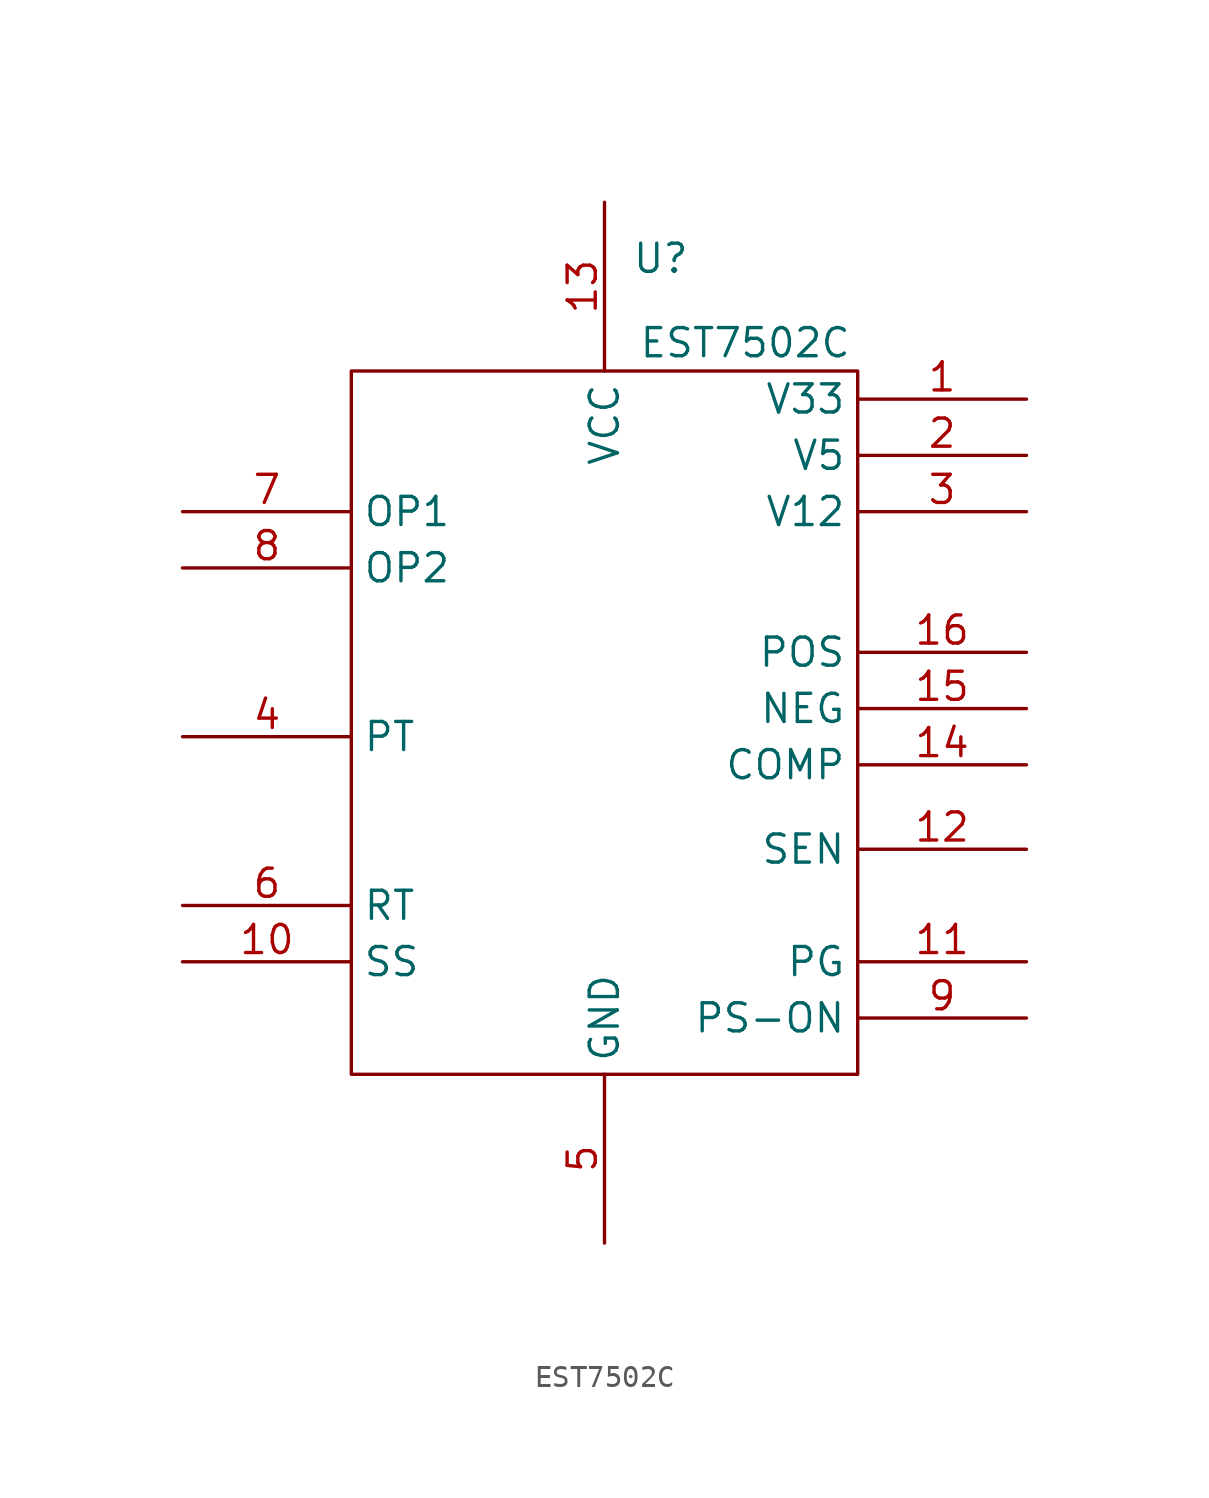
<source format=kicad_sym>
(kicad_symbol_lib
  (version 20211014)
  (generator kicad_symbol_editor)
  (symbol "EST7502C"
    (property "Reference" "U"
      (at 2.54 20.32 0)
      (effects (font (size 1.27 1.27))))
    (property "Value" "EST7502C"
      (at 6.35 16.51 0)
      (effects (font (size 1.27 1.27))))
    (symbol "EST7502C_0_1"
      (rectangle (start -11.43 15.24) (end 11.43 -16.51) (stroke (width 0) (type default) (color 0 0 0 0)) (fill (type none))))
    (symbol "EST7502C_1_1"
      (pin input line (at 19.05 13.97 180) (length 7.62) (name "V33" (effects (font (size 1.27 1.27)))) (number "1" (effects (font (size 1.27 1.27)))))
      (pin passive line (at -19.05 -11.43 0) (length 7.62) (name "SS" (effects (font (size 1.27 1.27)))) (number "10" (effects (font (size 1.27 1.27)))))
      (pin output line (at 19.05 -11.43 180) (length 7.62) (name "PG" (effects (font (size 1.27 1.27)))) (number "11" (effects (font (size 1.27 1.27)))))
      (pin input line (at 19.05 -6.35 180) (length 7.62) (name "SEN" (effects (font (size 1.27 1.27)))) (number "12" (effects (font (size 1.27 1.27)))))
      (pin input line (at 0 22.86 270) (length 7.62) (name "VCC" (effects (font (size 1.27 1.27)))) (number "13" (effects (font (size 1.27 1.27)))))
      (pin output line (at 19.05 -2.54 180) (length 7.62) (name "COMP" (effects (font (size 1.27 1.27)))) (number "14" (effects (font (size 1.27 1.27)))))
      (pin input line (at 19.05 0 180) (length 7.62) (name "NEG" (effects (font (size 1.27 1.27)))) (number "15" (effects (font (size 1.27 1.27)))))
      (pin input line (at 19.05 2.54 180) (length 7.62) (name "POS" (effects (font (size 1.27 1.27)))) (number "16" (effects (font (size 1.27 1.27)))))
      (pin input line (at 19.05 11.43 180) (length 7.62) (name "V5" (effects (font (size 1.27 1.27)))) (number "2" (effects (font (size 1.27 1.27)))))
      (pin input line (at 19.05 8.89 180) (length 7.62) (name "V12" (effects (font (size 1.27 1.27)))) (number "3" (effects (font (size 1.27 1.27)))))
      (pin input line (at -19.05 -1.27 0) (length 7.62) (name "PT" (effects (font (size 1.27 1.27)))) (number "4" (effects (font (size 1.27 1.27)))))
      (pin passive line (at 0 -24.13 90) (length 7.62) (name "GND" (effects (font (size 1.27 1.27)))) (number "5" (effects (font (size 1.27 1.27)))))
      (pin passive line (at -19.05 -8.89 0) (length 7.62) (name "RT" (effects (font (size 1.27 1.27)))) (number "6" (effects (font (size 1.27 1.27)))))
      (pin output line (at -19.05 8.89 0) (length 7.62) (name "OP1" (effects (font (size 1.27 1.27)))) (number "7" (effects (font (size 1.27 1.27)))))
      (pin output line (at -19.05 6.35 0) (length 7.62) (name "OP2" (effects (font (size 1.27 1.27)))) (number "8" (effects (font (size 1.27 1.27)))))
      (pin input line (at 19.05 -13.97 180) (length 7.62) (name "PS-ON" (effects (font (size 1.27 1.27)))) (number "9" (effects (font (size 1.27 1.27))))))))
</source>
